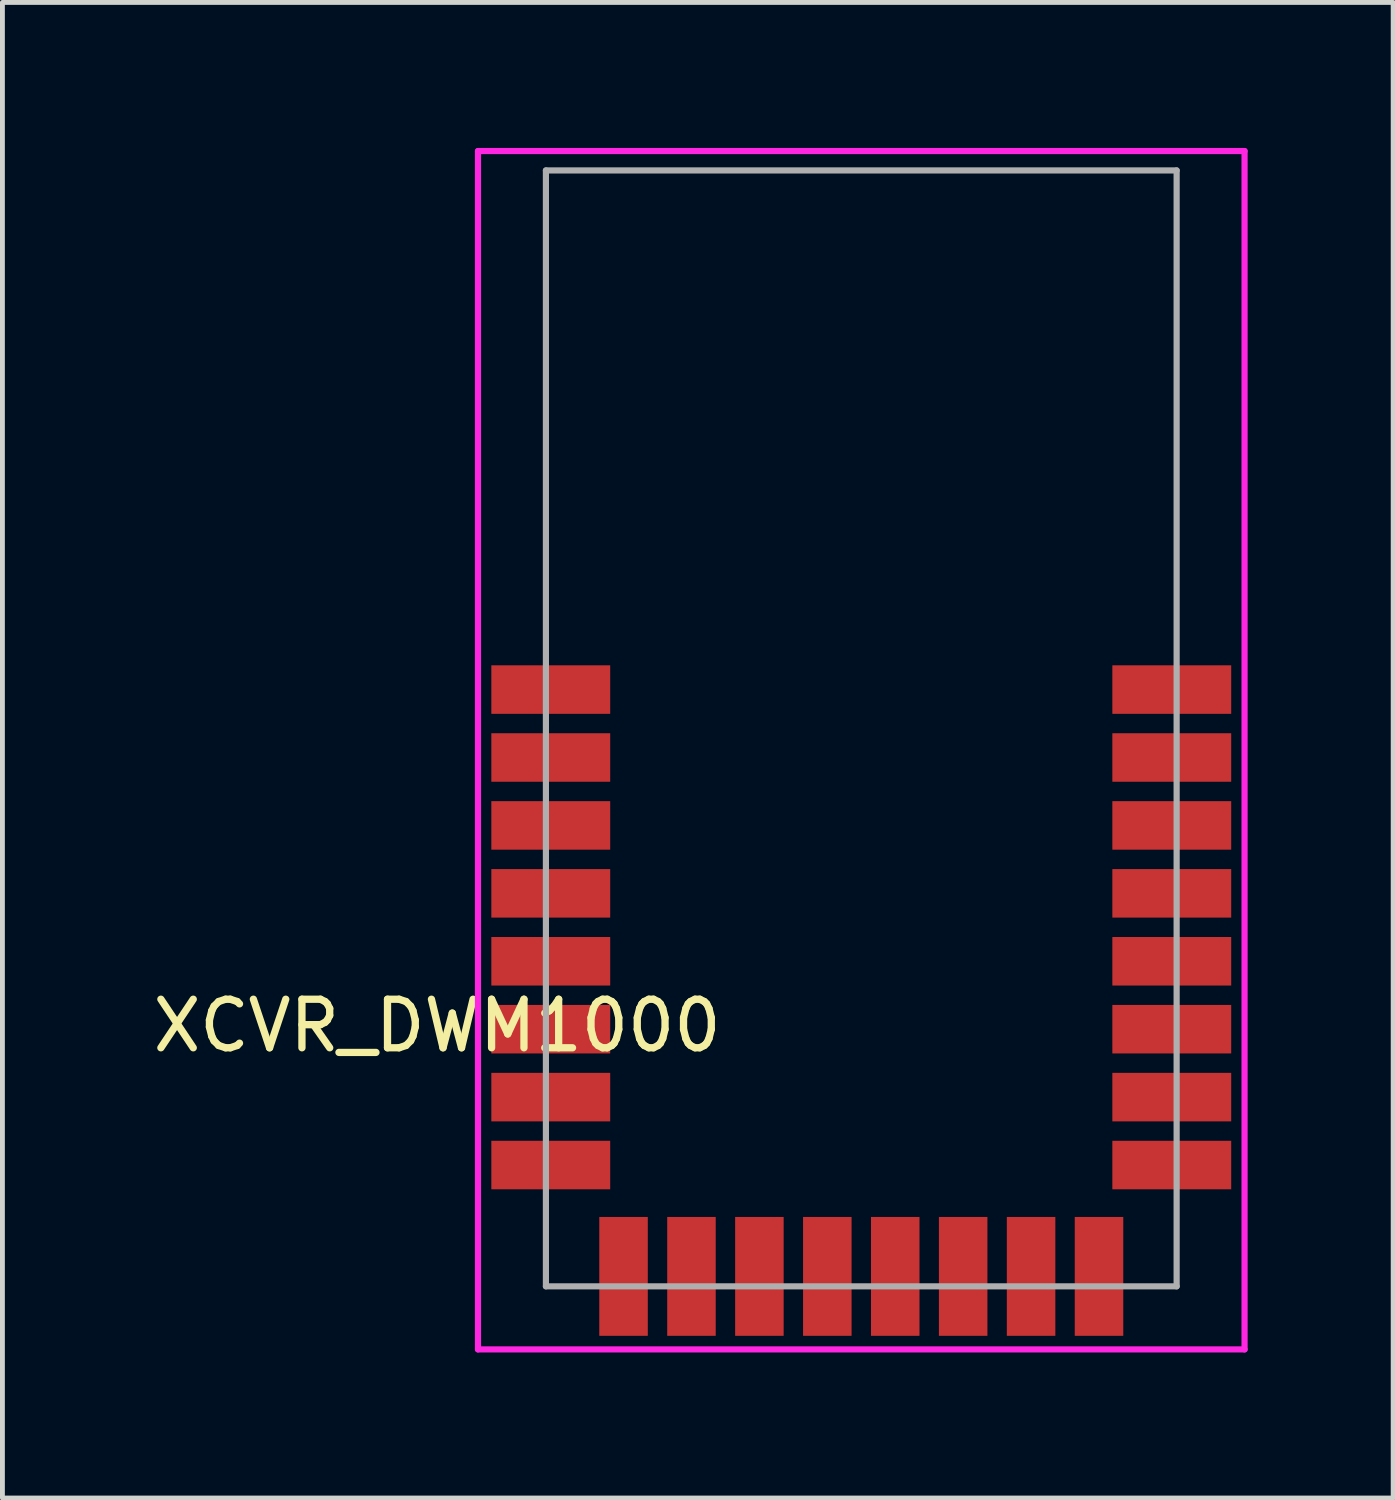
<source format=kicad_pcb>
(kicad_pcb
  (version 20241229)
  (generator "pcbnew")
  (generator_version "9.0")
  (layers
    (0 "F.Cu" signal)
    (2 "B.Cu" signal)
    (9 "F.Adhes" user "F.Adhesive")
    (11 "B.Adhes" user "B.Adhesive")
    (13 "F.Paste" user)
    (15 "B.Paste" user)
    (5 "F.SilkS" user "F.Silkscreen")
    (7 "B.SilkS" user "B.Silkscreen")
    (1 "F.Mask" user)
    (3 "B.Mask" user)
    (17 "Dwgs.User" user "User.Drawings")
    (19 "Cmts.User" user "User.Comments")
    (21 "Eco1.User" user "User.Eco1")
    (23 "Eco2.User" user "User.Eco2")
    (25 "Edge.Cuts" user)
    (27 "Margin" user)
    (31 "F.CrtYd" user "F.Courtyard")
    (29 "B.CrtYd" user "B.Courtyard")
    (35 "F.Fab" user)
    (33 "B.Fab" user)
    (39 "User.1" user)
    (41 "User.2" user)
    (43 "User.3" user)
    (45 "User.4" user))
  (footprint "XCVR_DWM1000"
    (layer "F.Cu")
    (at 14.702 12.963)
    (property "Reference" "XCVR_DWM1000" (at -8.74 5.128 180) (layer "F.SilkS") (effects (font (size 1.001 1.001) (thickness 0.15))))
    (attr smd)
    (fp_line (start -7.9 -12.9) (end -7.9 11.8) (stroke (width 0.127) (type solid)) (layer "F.CrtYd"))
    (fp_line (start -7.9 11.8) (end 7.9 11.8) (stroke (width 0.127) (type solid)) (layer "F.CrtYd"))
    (fp_line (start 7.9 -12.9) (end -7.9 -12.9) (stroke (width 0.127) (type solid)) (layer "F.CrtYd"))
    (fp_line (start 7.9 11.8) (end 7.9 -12.9) (stroke (width 0.127) (type solid)) (layer "F.CrtYd"))
    (fp_line (start -6.5 -12.5) (end -6.5 10.5) (stroke (width 0.127) (type solid)) (layer "F.Fab"))
    (fp_line (start -6.5 10.5) (end 6.5 10.5) (stroke (width 0.127) (type solid)) (layer "F.Fab"))
    (fp_line (start 6.5 -12.5) (end -6.5 -12.5) (stroke (width 0.127) (type solid)) (layer "F.Fab"))
    (fp_line (start 6.5 10.5) (end 6.5 -12.5) (stroke (width 0.127) (type solid)) (layer "F.Fab"))
    (pad "1" smd rect (at -6.4 -1.8 90) (size 1 2.45) (layers "F.Cu" "F.Mask" "F.Paste"))
    (pad "2" smd rect (at -6.4 -0.4 90) (size 1 2.45) (layers "F.Cu" "F.Mask" "F.Paste"))
    (pad "3" smd rect (at -6.4 1 90) (size 1 2.45) (layers "F.Cu" "F.Mask" "F.Paste"))
    (pad "4" smd rect (at -6.4 2.4 90) (size 1 2.45) (layers "F.Cu" "F.Mask" "F.Paste"))
    (pad "5" smd rect (at -6.4 3.8 90) (size 1 2.45) (layers "F.Cu" "F.Mask" "F.Paste"))
    (pad "6" smd rect (at -6.4 5.2 90) (size 1 2.45) (layers "F.Cu" "F.Mask" "F.Paste"))
    (pad "7" smd rect (at -6.4 6.6 90) (size 1 2.45) (layers "F.Cu" "F.Mask" "F.Paste"))
    (pad "8" smd rect (at -6.4 8 90) (size 1 2.45) (layers "F.Cu" "F.Mask" "F.Paste"))
    (pad "9" smd rect (at -4.9 10.295 180) (size 1 2.45) (layers "F.Cu" "F.Mask" "F.Paste"))
    (pad "10" smd rect (at -3.5 10.295 180) (size 1 2.45) (layers "F.Cu" "F.Mask" "F.Paste"))
    (pad "11" smd rect (at -2.1 10.295 180) (size 1 2.45) (layers "F.Cu" "F.Mask" "F.Paste"))
    (pad "12" smd rect (at -0.7 10.295 180) (size 1 2.45) (layers "F.Cu" "F.Mask" "F.Paste"))
    (pad "13" smd rect (at 0.7 10.295 180) (size 1 2.45) (layers "F.Cu" "F.Mask" "F.Paste"))
    (pad "14" smd rect (at 2.1 10.295 180) (size 1 2.45) (layers "F.Cu" "F.Mask" "F.Paste"))
    (pad "15" smd rect (at 3.5 10.295 180) (size 1 2.45) (layers "F.Cu" "F.Mask" "F.Paste"))
    (pad "16" smd rect (at 4.9 10.295 180) (size 1 2.45) (layers "F.Cu" "F.Mask" "F.Paste"))
    (pad "17" smd rect (at 6.4 8 270) (size 1 2.45) (layers "F.Cu" "F.Mask" "F.Paste"))
    (pad "18" smd rect (at 6.4 6.6 270) (size 1 2.45) (layers "F.Cu" "F.Mask" "F.Paste"))
    (pad "19" smd rect (at 6.4 5.2 270) (size 1 2.45) (layers "F.Cu" "F.Mask" "F.Paste"))
    (pad "20" smd rect (at 6.4 3.8 270) (size 1 2.45) (layers "F.Cu" "F.Mask" "F.Paste"))
    (pad "21" smd rect (at 6.4 2.4 270) (size 1 2.45) (layers "F.Cu" "F.Mask" "F.Paste"))
    (pad "22" smd rect (at 6.4 1 270) (size 1 2.45) (layers "F.Cu" "F.Mask" "F.Paste"))
    (pad "23" smd rect (at 6.4 -0.4 270) (size 1 2.45) (layers "F.Cu" "F.Mask" "F.Paste"))
    (pad "24" smd rect (at 6.4 -1.8 270) (size 1 2.45) (layers "F.Cu" "F.Mask" "F.Paste")))
  (gr_rect
    (start -3 -3)
    (end 25.665 27.827)
    (stroke (width 0.1) (type default))
    (fill no)
    (layer "Edge.Cuts")))
</source>
